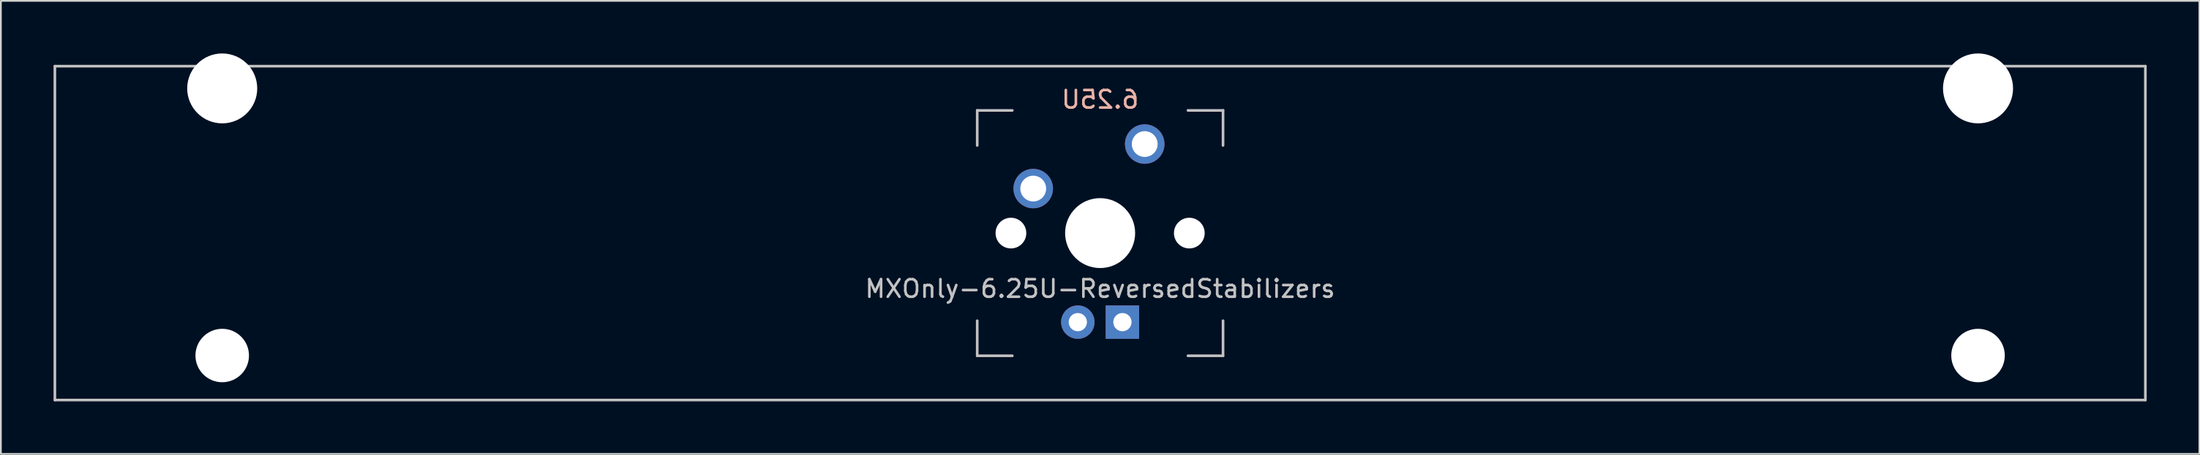
<source format=kicad_pcb>
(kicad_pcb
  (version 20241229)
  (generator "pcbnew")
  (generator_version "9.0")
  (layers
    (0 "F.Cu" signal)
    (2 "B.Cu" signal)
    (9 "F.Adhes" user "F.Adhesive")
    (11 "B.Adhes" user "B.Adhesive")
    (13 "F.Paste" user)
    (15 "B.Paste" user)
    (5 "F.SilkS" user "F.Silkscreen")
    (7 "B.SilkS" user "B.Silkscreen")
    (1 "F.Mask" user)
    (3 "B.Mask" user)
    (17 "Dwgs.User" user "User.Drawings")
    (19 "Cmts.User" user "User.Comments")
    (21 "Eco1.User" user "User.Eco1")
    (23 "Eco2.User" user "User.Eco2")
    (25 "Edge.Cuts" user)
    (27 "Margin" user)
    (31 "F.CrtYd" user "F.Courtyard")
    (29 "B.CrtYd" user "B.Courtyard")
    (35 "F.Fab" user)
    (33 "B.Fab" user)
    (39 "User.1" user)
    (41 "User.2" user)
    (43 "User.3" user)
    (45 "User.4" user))
  (footprint "MXOnly-6.25U-ReversedStabilizers"
    (layer "F.Cu")
    (at 59.606 10.249)
    (property "Reference" "MXOnly-6.25U-ReversedStabilizers" (at 0 3.175 0) (layer "Dwgs.User") (effects (font (size 1 1) (thickness 0.15))))
    (property "Value" "6.25U" (at 0 -7.938 0) (layer "Dwgs.User") (hide yes) (effects (font (size 1 1) (thickness 0.15))))
    (attr through_hole)
    (fp_line (start -59.531 -9.525) (end 59.531 -9.525) (stroke (width 0.15) (type solid)) (layer "Dwgs.User"))
    (fp_line (start -59.531 9.525) (end -59.531 -9.525) (stroke (width 0.15) (type solid)) (layer "Dwgs.User"))
    (fp_line (start -59.531 9.525) (end 59.531 9.525) (stroke (width 0.15) (type solid)) (layer "Dwgs.User"))
    (fp_line (start -7 -7) (end -7 -5) (stroke (width 0.15) (type solid)) (layer "Dwgs.User"))
    (fp_line (start -7 5) (end -7 7) (stroke (width 0.15) (type solid)) (layer "Dwgs.User"))
    (fp_line (start -7 7) (end -5 7) (stroke (width 0.15) (type solid)) (layer "Dwgs.User"))
    (fp_line (start -5 -7) (end -7 -7) (stroke (width 0.15) (type solid)) (layer "Dwgs.User"))
    (fp_line (start 5 -7) (end 7 -7) (stroke (width 0.15) (type solid)) (layer "Dwgs.User"))
    (fp_line (start 5 7) (end 7 7) (stroke (width 0.15) (type solid)) (layer "Dwgs.User"))
    (fp_line (start 7 -7) (end 7 -5) (stroke (width 0.15) (type solid)) (layer "Dwgs.User"))
    (fp_line (start 7 7) (end 7 5) (stroke (width 0.15) (type solid)) (layer "Dwgs.User"))
    (fp_line (start 59.531 -9.525) (end 59.531 9.525) (stroke (width 0.15) (type solid)) (layer "Dwgs.User"))
    (fp_text user "${VALUE}" (at 0 -7.62 0) (unlocked yes) (layer "B.SilkS") (effects (font (size 1 1) (thickness 0.15)) (justify mirror)))
    (pad "" np_thru_hole circle (at -50 -8.255) (size 3.988 3.988) (drill 3.988) (layers "*.Cu" "*.Mask"))
    (pad "" np_thru_hole circle (at -50 6.985) (size 3.048 3.048) (drill 3.048) (layers "*.Cu" "*.Mask"))
    (pad "" np_thru_hole circle (at -5.08 0 48.1) (size 1.75 1.75) (drill 1.75) (layers "*.Cu" "*.Mask"))
    (pad "" np_thru_hole circle (at 0 0) (size 3.988 3.988) (drill 3.988) (layers "*.Cu" "*.Mask"))
    (pad "" np_thru_hole circle (at 5.08 0 48.1) (size 1.75 1.75) (drill 1.75) (layers "*.Cu" "*.Mask"))
    (pad "" np_thru_hole circle (at 50 -8.255) (size 3.988 3.988) (drill 3.988) (layers "*.Cu" "*.Mask"))
    (pad "" np_thru_hole circle (at 50 6.985) (size 3.048 3.048) (drill 3.048) (layers "*.Cu" "*.Mask"))
    (pad "1" thru_hole circle (at -3.81 -2.54) (size 2.25 2.25) (drill 1.47) (layers "*.Cu" "*.Mask"))
    (pad "2" thru_hole circle (at 2.54 -5.08) (size 2.25 2.25) (drill 1.47) (layers "*.Cu" "*.Mask"))
    (pad "3" thru_hole circle (at -1.27 5.08) (size 1.905 1.905) (drill 1.04) (layers "*.Cu" "B.Mask"))
    (pad "4" thru_hole rect (at 1.27 5.08) (size 1.905 1.905) (drill 1.04) (layers "*.Cu" "B.Mask")))
  (gr_rect
    (start -3 -3)
    (end 122.213 22.849)
    (stroke (width 0.1) (type default))
    (fill no)
    (layer "Edge.Cuts")))
</source>
